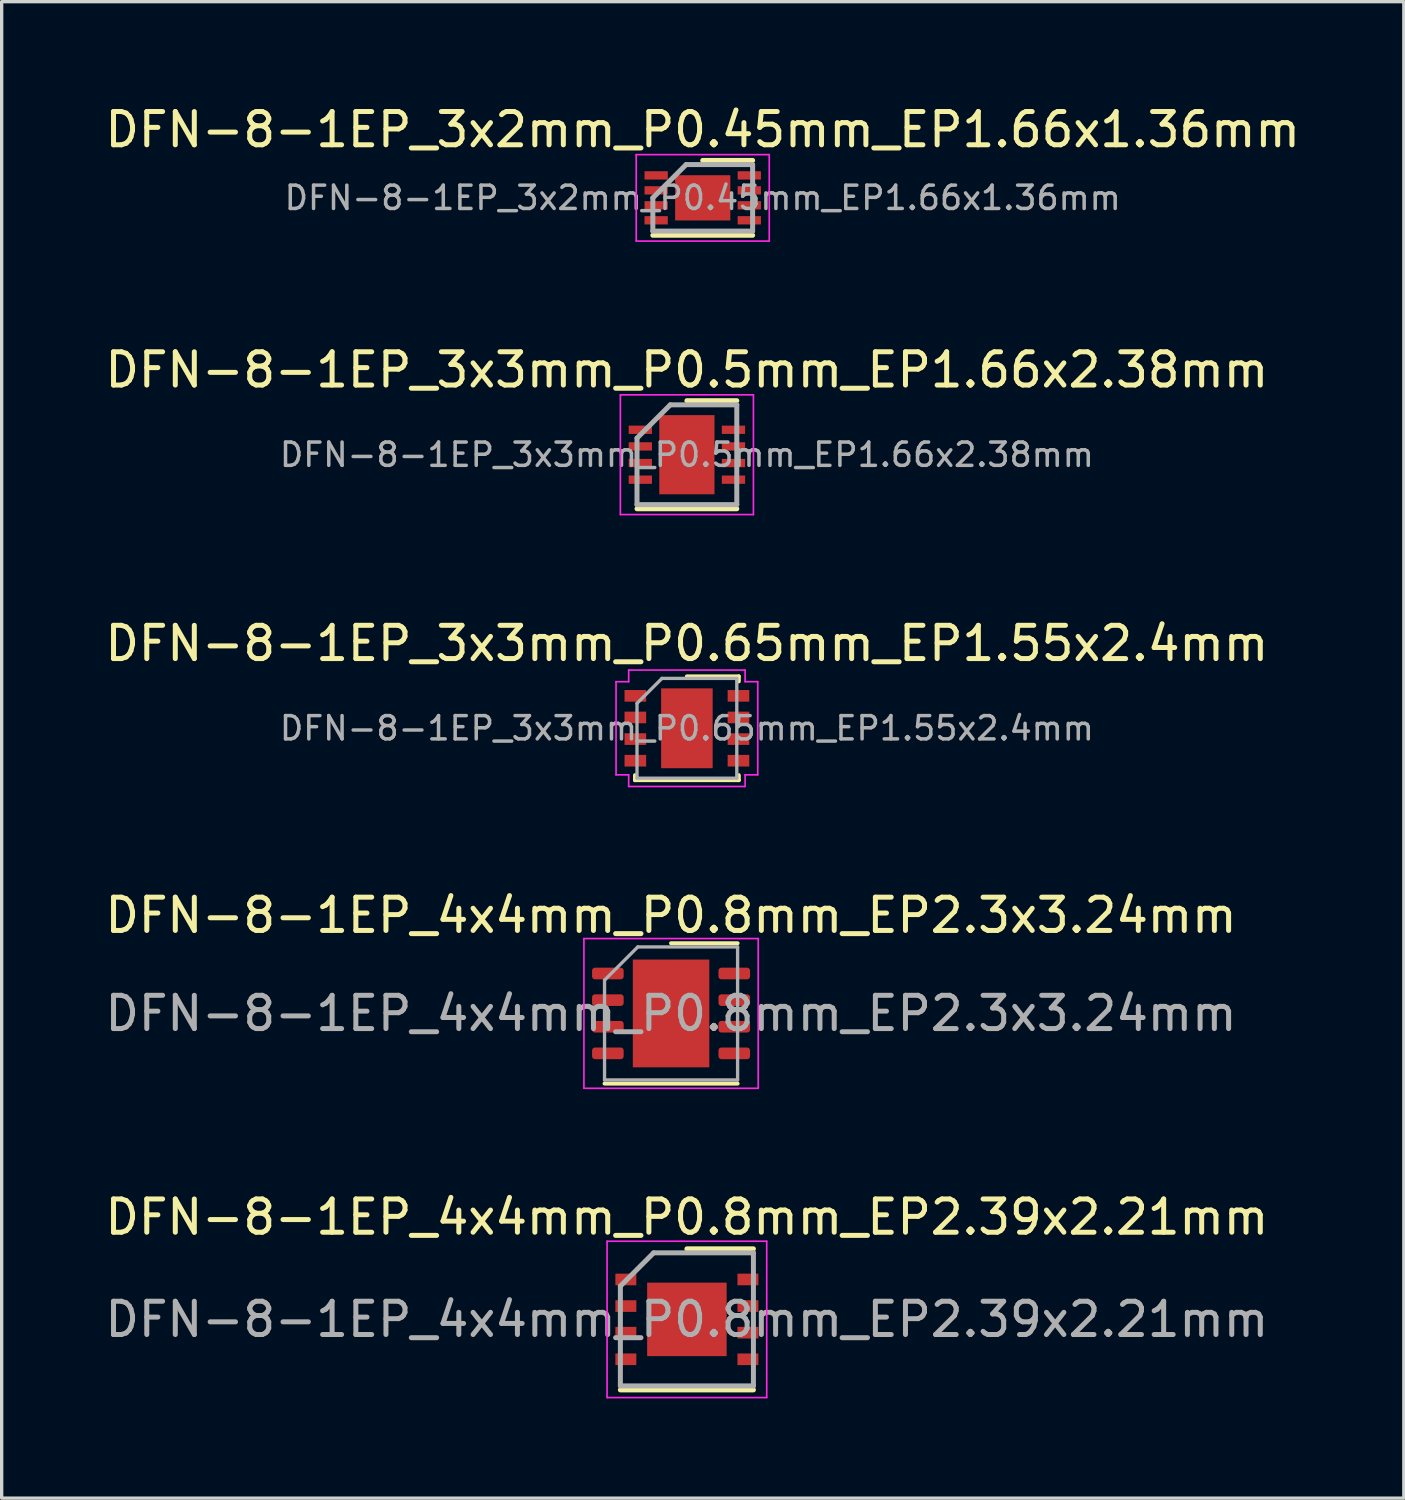
<source format=kicad_pcb>
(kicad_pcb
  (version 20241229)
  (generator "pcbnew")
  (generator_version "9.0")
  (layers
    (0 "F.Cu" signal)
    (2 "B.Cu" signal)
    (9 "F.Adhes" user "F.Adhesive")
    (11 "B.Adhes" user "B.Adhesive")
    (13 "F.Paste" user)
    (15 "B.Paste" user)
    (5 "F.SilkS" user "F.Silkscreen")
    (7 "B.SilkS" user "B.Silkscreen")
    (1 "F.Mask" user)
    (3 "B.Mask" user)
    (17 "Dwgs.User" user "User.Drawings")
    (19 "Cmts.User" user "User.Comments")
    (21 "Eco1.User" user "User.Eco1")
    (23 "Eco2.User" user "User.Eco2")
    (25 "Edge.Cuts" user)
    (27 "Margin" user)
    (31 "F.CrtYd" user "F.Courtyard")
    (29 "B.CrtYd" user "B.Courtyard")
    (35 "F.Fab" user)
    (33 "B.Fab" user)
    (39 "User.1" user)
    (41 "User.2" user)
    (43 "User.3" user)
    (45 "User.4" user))
  (footprint "DFN-8-1EP_4x4mm_P0.8mm_EP2.3x3.24mm"
    (layer "F.Cu")
    (at 17.125 27.418)
    (property "Reference" "DFN-8-1EP_4x4mm_P0.8mm_EP2.3x3.24mm" (at 0 -2.95 0) (layer "F.SilkS") (effects (font (size 1 1) (thickness 0.15))))
    (attr smd)
    (fp_line (start -2 2.11) (end 2 2.11) (stroke (width 0.12) (type solid)) (layer "F.SilkS"))
    (fp_line (start 0 -2.11) (end 2 -2.11) (stroke (width 0.12) (type solid)) (layer "F.SilkS"))
    (fp_line (start -2.62 -2.25) (end -2.62 2.25) (stroke (width 0.05) (type solid)) (layer "F.CrtYd"))
    (fp_line (start -2.62 2.25) (end 2.62 2.25) (stroke (width 0.05) (type solid)) (layer "F.CrtYd"))
    (fp_line (start 2.62 -2.25) (end -2.62 -2.25) (stroke (width 0.05) (type solid)) (layer "F.CrtYd"))
    (fp_line (start 2.62 2.25) (end 2.62 -2.25) (stroke (width 0.05) (type solid)) (layer "F.CrtYd"))
    (fp_line (start -2 -1) (end -1 -2) (stroke (width 0.1) (type solid)) (layer "F.Fab"))
    (fp_line (start -2 2) (end -2 -1) (stroke (width 0.1) (type solid)) (layer "F.Fab"))
    (fp_line (start -1 -2) (end 2 -2) (stroke (width 0.1) (type solid)) (layer "F.Fab"))
    (fp_line (start 2 -2) (end 2 2) (stroke (width 0.1) (type solid)) (layer "F.Fab"))
    (fp_line (start 2 2) (end -2 2) (stroke (width 0.1) (type solid)) (layer "F.Fab"))
    (fp_text user "${REFERENCE}" (at 0 0 0) (layer "F.Fab") (effects (font (size 1 1) (thickness 0.15))))
    (pad "" smd roundrect (at -0.575 -0.81) (size 0.93 1.31) (layers "F.Paste") (roundrect_rratio 0.25))
    (pad "" smd roundrect (at -0.575 0.81) (size 0.93 1.31) (layers "F.Paste") (roundrect_rratio 0.25))
    (pad "" smd roundrect (at 0.575 -0.81) (size 0.93 1.31) (layers "F.Paste") (roundrect_rratio 0.25))
    (pad "" smd roundrect (at 0.575 0.81) (size 0.93 1.31) (layers "F.Paste") (roundrect_rratio 0.25))
    (pad "1" smd roundrect (at -1.9 -1.2) (size 0.95 0.35) (layers "F.Cu" "F.Mask" "F.Paste") (roundrect_rratio 0.25))
    (pad "2" smd roundrect (at -1.9 -0.4) (size 0.95 0.35) (layers "F.Cu" "F.Mask" "F.Paste") (roundrect_rratio 0.25))
    (pad "3" smd roundrect (at -1.9 0.4) (size 0.95 0.35) (layers "F.Cu" "F.Mask" "F.Paste") (roundrect_rratio 0.25))
    (pad "4" smd roundrect (at -1.9 1.2) (size 0.95 0.35) (layers "F.Cu" "F.Mask" "F.Paste") (roundrect_rratio 0.25))
    (pad "5" smd roundrect (at 1.9 1.2) (size 0.95 0.35) (layers "F.Cu" "F.Mask" "F.Paste") (roundrect_rratio 0.25))
    (pad "6" smd roundrect (at 1.9 0.4) (size 0.95 0.35) (layers "F.Cu" "F.Mask" "F.Paste") (roundrect_rratio 0.25))
    (pad "7" smd roundrect (at 1.9 -0.4) (size 0.95 0.35) (layers "F.Cu" "F.Mask" "F.Paste") (roundrect_rratio 0.25))
    (pad "8" smd roundrect (at 1.9 -1.2) (size 0.95 0.35) (layers "F.Cu" "F.Mask" "F.Paste") (roundrect_rratio 0.25))
    (pad "9" smd rect (at 0 0) (size 2.3 3.24) (layers "F.Cu" "F.Mask")))
  (footprint "DFN-8-1EP_3x3mm_P0.5mm_EP1.66x2.38mm"
    (layer "F.Cu")
    (at 17.601 10.621)
    (property "Reference" "DFN-8-1EP_3x3mm_P0.5mm_EP1.66x2.38mm" (at 0 -2.55 0) (layer "F.SilkS") (effects (font (size 1 1) (thickness 0.15))))
    (attr smd)
    (fp_line (start -1.5 1.625) (end 1.5 1.625) (stroke (width 0.15) (type solid)) (layer "F.SilkS"))
    (fp_line (start 0 -1.625) (end 1.5 -1.625) (stroke (width 0.15) (type solid)) (layer "F.SilkS"))
    (fp_line (start -2 -1.8) (end -2 1.8) (stroke (width 0.05) (type solid)) (layer "F.CrtYd"))
    (fp_line (start -2 -1.8) (end 2 -1.8) (stroke (width 0.05) (type solid)) (layer "F.CrtYd"))
    (fp_line (start -2 1.8) (end 2 1.8) (stroke (width 0.05) (type solid)) (layer "F.CrtYd"))
    (fp_line (start 2 -1.8) (end 2 1.8) (stroke (width 0.05) (type solid)) (layer "F.CrtYd"))
    (fp_line (start -1.5 -0.5) (end -0.5 -1.5) (stroke (width 0.15) (type solid)) (layer "F.Fab"))
    (fp_line (start -1.5 1.5) (end -1.5 -0.5) (stroke (width 0.15) (type solid)) (layer "F.Fab"))
    (fp_line (start -0.5 -1.5) (end 1.5 -1.5) (stroke (width 0.15) (type solid)) (layer "F.Fab"))
    (fp_line (start 1.5 -1.5) (end 1.5 1.5) (stroke (width 0.15) (type solid)) (layer "F.Fab"))
    (fp_line (start 1.5 1.5) (end -1.5 1.5) (stroke (width 0.15) (type solid)) (layer "F.Fab"))
    (fp_text user "${REFERENCE}" (at 0 0 0) (layer "F.Fab") (effects (font (size 0.7 0.7) (thickness 0.105))))
    (pad "" smd rect (at -0.415 -0.595) (size 0.64 1) (layers "F.Paste"))
    (pad "" smd rect (at -0.415 0.595) (size 0.64 1) (layers "F.Paste"))
    (pad "" smd rect (at 0.415 -0.595) (size 0.64 1) (layers "F.Paste"))
    (pad "" smd rect (at 0.415 0.595) (size 0.64 1) (layers "F.Paste"))
    (pad "1" smd rect (at -1.4 -0.75) (size 0.7 0.25) (layers "F.Cu" "F.Mask" "F.Paste"))
    (pad "2" smd rect (at -1.4 -0.25) (size 0.7 0.25) (layers "F.Cu" "F.Mask" "F.Paste"))
    (pad "3" smd rect (at -1.4 0.25) (size 0.7 0.25) (layers "F.Cu" "F.Mask" "F.Paste"))
    (pad "4" smd rect (at -1.4 0.75) (size 0.7 0.25) (layers "F.Cu" "F.Mask" "F.Paste"))
    (pad "5" smd rect (at 1.4 0.75) (size 0.7 0.25) (layers "F.Cu" "F.Mask" "F.Paste"))
    (pad "6" smd rect (at 1.4 0.25) (size 0.7 0.25) (layers "F.Cu" "F.Mask" "F.Paste"))
    (pad "7" smd rect (at 1.4 -0.25) (size 0.7 0.25) (layers "F.Cu" "F.Mask" "F.Paste"))
    (pad "8" smd rect (at 1.4 -0.75) (size 0.7 0.25) (layers "F.Cu" "F.Mask" "F.Paste"))
    (pad "9" smd rect (at 0 0) (size 1.66 2.38) (layers "F.Cu" "F.Mask")))
  (footprint "DFN-8-1EP_3x3mm_P0.65mm_EP1.55x2.4mm"
    (layer "F.Cu")
    (at 17.601 18.845)
    (property "Reference" "DFN-8-1EP_3x3mm_P0.65mm_EP1.55x2.4mm" (at 0 -2.55 0) (layer "F.SilkS") (effects (font (size 1 1) (thickness 0.15))))
    (attr smd)
    (fp_line (start -1.56 1.56) (end -1.56 1.41) (stroke (width 0.12) (type solid)) (layer "F.SilkS"))
    (fp_line (start -1.56 1.56) (end 1.56 1.56) (stroke (width 0.12) (type solid)) (layer "F.SilkS"))
    (fp_line (start 0 -1.56) (end 1.56 -1.56) (stroke (width 0.12) (type solid)) (layer "F.SilkS"))
    (fp_line (start 1.56 -1.56) (end 1.56 -1.41) (stroke (width 0.12) (type solid)) (layer "F.SilkS"))
    (fp_line (start 1.56 1.56) (end 1.56 1.41) (stroke (width 0.12) (type solid)) (layer "F.SilkS"))
    (fp_line (start -2.13 -1.4) (end -2.13 1.4) (stroke (width 0.05) (type solid)) (layer "F.CrtYd"))
    (fp_line (start -1.75 -1.75) (end -1.75 -1.4) (stroke (width 0.05) (type solid)) (layer "F.CrtYd"))
    (fp_line (start -1.75 -1.75) (end 1.75 -1.75) (stroke (width 0.05) (type solid)) (layer "F.CrtYd"))
    (fp_line (start -1.75 -1.4) (end -2.13 -1.4) (stroke (width 0.05) (type solid)) (layer "F.CrtYd"))
    (fp_line (start -1.75 1.4) (end -2.13 1.4) (stroke (width 0.05) (type solid)) (layer "F.CrtYd"))
    (fp_line (start -1.75 1.75) (end -1.75 1.4) (stroke (width 0.05) (type solid)) (layer "F.CrtYd"))
    (fp_line (start -1.75 1.75) (end 1.75 1.75) (stroke (width 0.05) (type solid)) (layer "F.CrtYd"))
    (fp_line (start 1.75 -1.75) (end 1.75 -1.4) (stroke (width 0.05) (type solid)) (layer "F.CrtYd"))
    (fp_line (start 1.75 -1.4) (end 2.13 -1.4) (stroke (width 0.05) (type solid)) (layer "F.CrtYd"))
    (fp_line (start 1.75 1.4) (end 2.13 1.4) (stroke (width 0.05) (type solid)) (layer "F.CrtYd"))
    (fp_line (start 1.75 1.75) (end 1.75 1.4) (stroke (width 0.05) (type solid)) (layer "F.CrtYd"))
    (fp_line (start 2.13 -1.4) (end 2.13 1.4) (stroke (width 0.05) (type solid)) (layer "F.CrtYd"))
    (fp_line (start -1.5 -0.75) (end -0.75 -1.5) (stroke (width 0.1) (type solid)) (layer "F.Fab"))
    (fp_line (start -1.5 1.5) (end -1.5 -0.75) (stroke (width 0.1) (type solid)) (layer "F.Fab"))
    (fp_line (start -0.75 -1.5) (end 1.5 -1.5) (stroke (width 0.1) (type solid)) (layer "F.Fab"))
    (fp_line (start 1.5 -1.5) (end 1.5 1.5) (stroke (width 0.1) (type solid)) (layer "F.Fab"))
    (fp_line (start 1.5 1.5) (end -1.5 1.5) (stroke (width 0.1) (type solid)) (layer "F.Fab"))
    (fp_text user "${REFERENCE}" (at 0 0 0) (layer "F.Fab") (effects (font (size 0.7 0.7) (thickness 0.105))))
    (pad "" smd rect (at -0.388 -0.6) (size 0.6 1) (layers "F.Paste"))
    (pad "" smd rect (at -0.388 0.6) (size 0.6 1) (layers "F.Paste"))
    (pad "" smd rect (at 0.388 -0.6) (size 0.6 1) (layers "F.Paste"))
    (pad "" smd rect (at 0.388 0.6) (size 0.6 1) (layers "F.Paste"))
    (pad "1" smd rect (at -1.55 -0.975) (size 0.65 0.35) (layers "F.Cu" "F.Mask" "F.Paste"))
    (pad "2" smd rect (at -1.55 -0.325) (size 0.65 0.35) (layers "F.Cu" "F.Mask" "F.Paste"))
    (pad "3" smd rect (at -1.55 0.325) (size 0.65 0.35) (layers "F.Cu" "F.Mask" "F.Paste"))
    (pad "4" smd rect (at -1.55 0.975) (size 0.65 0.35) (layers "F.Cu" "F.Mask" "F.Paste"))
    (pad "5" smd rect (at 1.55 0.975) (size 0.65 0.35) (layers "F.Cu" "F.Mask" "F.Paste"))
    (pad "6" smd rect (at 1.55 0.325) (size 0.65 0.35) (layers "F.Cu" "F.Mask" "F.Paste"))
    (pad "7" smd rect (at 1.55 -0.325) (size 0.65 0.35) (layers "F.Cu" "F.Mask" "F.Paste"))
    (pad "8" smd rect (at 1.55 -0.975) (size 0.65 0.35) (layers "F.Cu" "F.Mask" "F.Paste"))
    (pad "9" smd rect (at 0 0) (size 1.55 2.4) (layers "F.Cu" "F.Mask")))
  (footprint "DFN-8-1EP_4x4mm_P0.8mm_EP2.39x2.21mm"
    (layer "F.Cu")
    (at 17.601 36.616)
    (property "Reference" "DFN-8-1EP_4x4mm_P0.8mm_EP2.39x2.21mm" (at 0 -3.075 0) (layer "F.SilkS") (effects (font (size 1 1) (thickness 0.15))))
    (attr smd)
    (fp_line (start -2 2.12) (end 2 2.12) (stroke (width 0.15) (type solid)) (layer "F.SilkS"))
    (fp_line (start 0 -2.12) (end 2 -2.12) (stroke (width 0.15) (type solid)) (layer "F.SilkS"))
    (fp_line (start -2.4 -2.35) (end -2.4 2.35) (stroke (width 0.05) (type solid)) (layer "F.CrtYd"))
    (fp_line (start -2.4 -2.35) (end 2.4 -2.35) (stroke (width 0.05) (type solid)) (layer "F.CrtYd"))
    (fp_line (start -2.4 2.35) (end 2.4 2.35) (stroke (width 0.05) (type solid)) (layer "F.CrtYd"))
    (fp_line (start 2.4 -2.35) (end 2.4 2.35) (stroke (width 0.05) (type solid)) (layer "F.CrtYd"))
    (fp_line (start -2 -1) (end -1 -2) (stroke (width 0.15) (type solid)) (layer "F.Fab"))
    (fp_line (start -2 2) (end -2 -1) (stroke (width 0.15) (type solid)) (layer "F.Fab"))
    (fp_line (start -1 -2) (end 2 -2) (stroke (width 0.15) (type solid)) (layer "F.Fab"))
    (fp_line (start 2 -2) (end 2 2) (stroke (width 0.15) (type solid)) (layer "F.Fab"))
    (fp_line (start 2 2) (end -2 2) (stroke (width 0.15) (type solid)) (layer "F.Fab"))
    (fp_text user "${REFERENCE}" (at 0 0 0) (layer "F.Fab") (effects (font (size 1 1) (thickness 0.15))))
    (pad "" smd rect (at -0.598 -0.552) (size 0.83 0.77) (layers "F.Paste"))
    (pad "" smd rect (at -0.598 0.552) (size 0.83 0.77) (layers "F.Paste"))
    (pad "" smd rect (at 0.598 -0.552) (size 0.83 0.77) (layers "F.Paste"))
    (pad "" smd rect (at 0.598 0.552) (size 0.83 0.77) (layers "F.Paste"))
    (pad "1" smd rect (at -1.835 -1.2) (size 0.63 0.35) (layers "F.Cu" "F.Mask" "F.Paste"))
    (pad "2" smd rect (at -1.835 -0.4) (size 0.63 0.35) (layers "F.Cu" "F.Mask" "F.Paste"))
    (pad "3" smd rect (at -1.835 0.4) (size 0.63 0.35) (layers "F.Cu" "F.Mask" "F.Paste"))
    (pad "4" smd rect (at -1.835 1.2) (size 0.63 0.35) (layers "F.Cu" "F.Mask" "F.Paste"))
    (pad "5" smd rect (at 1.835 1.2) (size 0.63 0.35) (layers "F.Cu" "F.Mask" "F.Paste"))
    (pad "6" smd rect (at 1.835 0.4) (size 0.63 0.35) (layers "F.Cu" "F.Mask" "F.Paste"))
    (pad "7" smd rect (at 1.835 -0.4) (size 0.63 0.35) (layers "F.Cu" "F.Mask" "F.Paste"))
    (pad "8" smd rect (at 1.835 -1.2) (size 0.63 0.35) (layers "F.Cu" "F.Mask" "F.Paste"))
    (pad "9" smd rect (at 0 0) (size 2.39 2.21) (layers "F.Cu" "F.Mask")))
  (footprint "DFN-8-1EP_3x2mm_P0.45mm_EP1.66x1.36mm"
    (layer "F.Cu")
    (at 18.077 2.898)
    (property "Reference" "DFN-8-1EP_3x2mm_P0.45mm_EP1.66x1.36mm" (at 0 -2.05 0) (layer "F.SilkS") (effects (font (size 1 1) (thickness 0.15))))
    (attr smd)
    (fp_line (start -1.5 1.125) (end 1.5 1.125) (stroke (width 0.15) (type solid)) (layer "F.SilkS"))
    (fp_line (start 0 -1.125) (end 1.5 -1.125) (stroke (width 0.15) (type solid)) (layer "F.SilkS"))
    (fp_line (start -2 -1.3) (end -2 1.3) (stroke (width 0.05) (type solid)) (layer "F.CrtYd"))
    (fp_line (start -2 -1.3) (end 2 -1.3) (stroke (width 0.05) (type solid)) (layer "F.CrtYd"))
    (fp_line (start -2 1.3) (end 2 1.3) (stroke (width 0.05) (type solid)) (layer "F.CrtYd"))
    (fp_line (start 2 -1.3) (end 2 1.3) (stroke (width 0.05) (type solid)) (layer "F.CrtYd"))
    (fp_line (start -1.5 0) (end -0.5 -1) (stroke (width 0.15) (type solid)) (layer "F.Fab"))
    (fp_line (start -1.5 1) (end -1.5 0) (stroke (width 0.15) (type solid)) (layer "F.Fab"))
    (fp_line (start -0.5 -1) (end 1.5 -1) (stroke (width 0.15) (type solid)) (layer "F.Fab"))
    (fp_line (start 1.5 -1) (end 1.5 1) (stroke (width 0.15) (type solid)) (layer "F.Fab"))
    (fp_line (start 1.5 1) (end -1.5 1) (stroke (width 0.15) (type solid)) (layer "F.Fab"))
    (fp_text user "${REFERENCE}" (at 0 0 0) (layer "F.Fab") (effects (font (size 0.7 0.7) (thickness 0.105))))
    (pad "" smd rect (at -0.415 -0.34) (size 0.66 0.55) (layers "F.Paste"))
    (pad "" smd rect (at -0.415 0.34) (size 0.66 0.55) (layers "F.Paste"))
    (pad "" smd rect (at 0.415 -0.34) (size 0.66 0.55) (layers "F.Paste"))
    (pad "" smd rect (at 0.415 0.34) (size 0.66 0.55) (layers "F.Paste"))
    (pad "1" smd rect (at -1.4 -0.675) (size 0.7 0.25) (layers "F.Cu" "F.Mask" "F.Paste"))
    (pad "2" smd rect (at -1.4 -0.225) (size 0.7 0.25) (layers "F.Cu" "F.Mask" "F.Paste"))
    (pad "3" smd rect (at -1.4 0.225) (size 0.7 0.25) (layers "F.Cu" "F.Mask" "F.Paste"))
    (pad "4" smd rect (at -1.4 0.675) (size 0.7 0.25) (layers "F.Cu" "F.Mask" "F.Paste"))
    (pad "5" smd rect (at 1.4 0.675) (size 0.7 0.25) (layers "F.Cu" "F.Mask" "F.Paste"))
    (pad "6" smd rect (at 1.4 0.225) (size 0.7 0.25) (layers "F.Cu" "F.Mask" "F.Paste"))
    (pad "7" smd rect (at 1.4 -0.225) (size 0.7 0.25) (layers "F.Cu" "F.Mask" "F.Paste"))
    (pad "8" smd rect (at 1.4 -0.675) (size 0.7 0.25) (layers "F.Cu" "F.Mask" "F.Paste"))
    (pad "9" smd rect (at 0 0) (size 1.66 1.36) (layers "F.Cu" "F.Mask")))
  (gr_rect
    (start -3 -3)
    (end 39.155 41.991)
    (stroke (width 0.1) (type default))
    (fill no)
    (layer "Edge.Cuts")))
</source>
